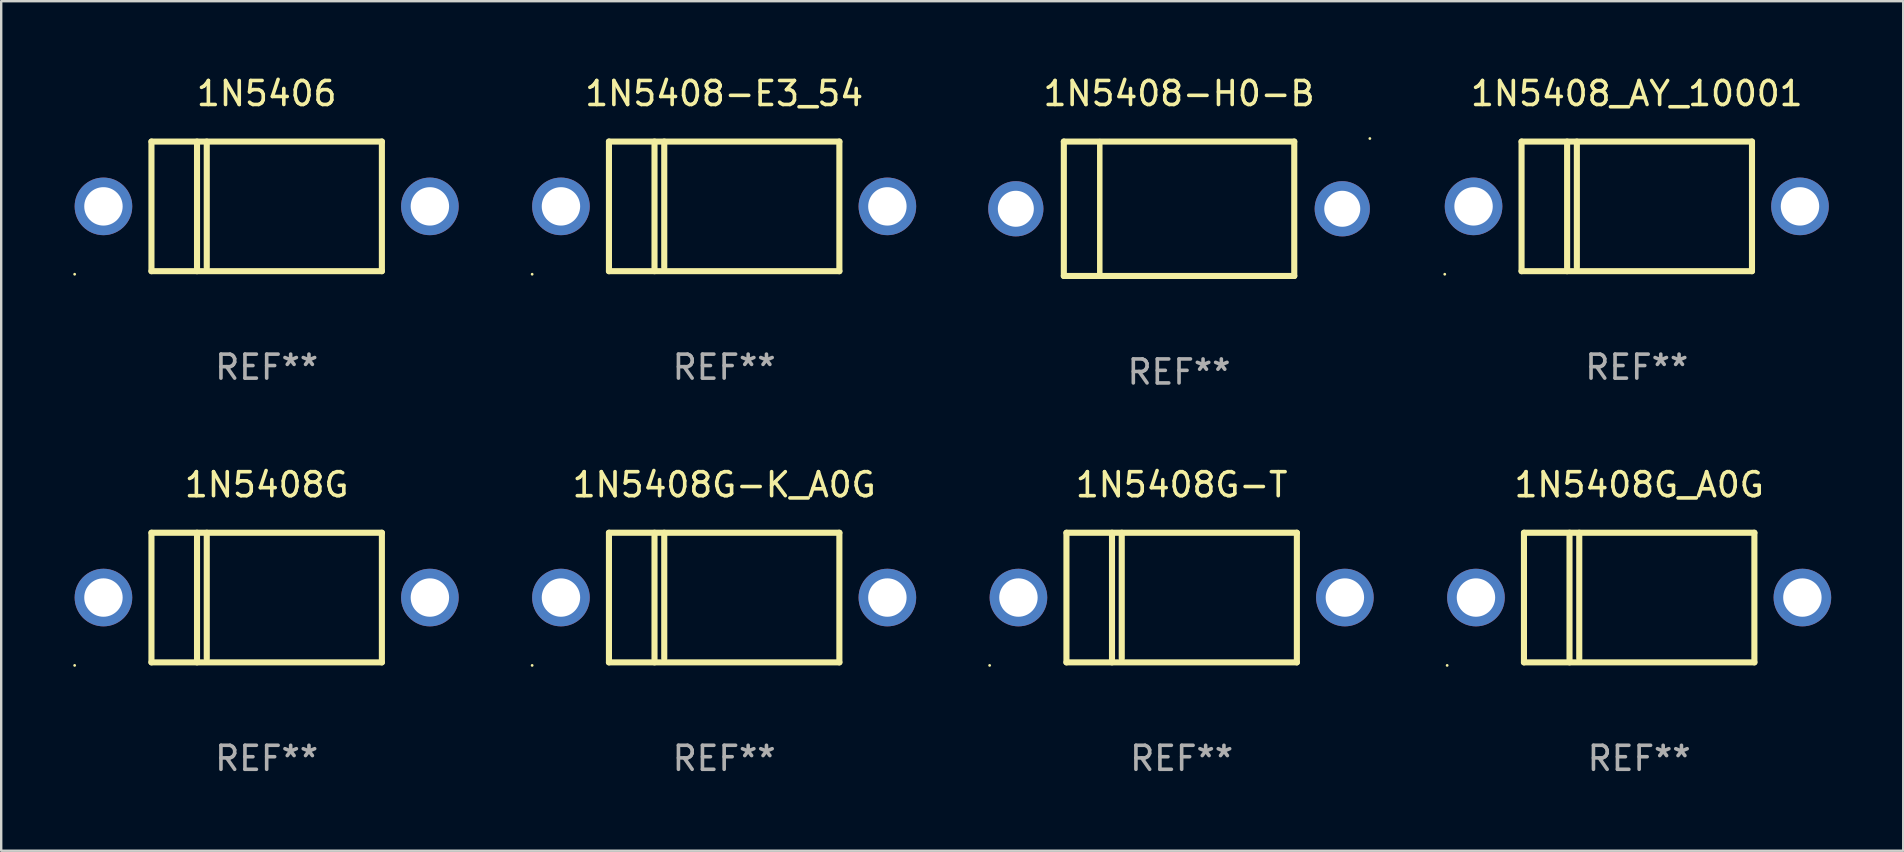
<source format=kicad_pcb>
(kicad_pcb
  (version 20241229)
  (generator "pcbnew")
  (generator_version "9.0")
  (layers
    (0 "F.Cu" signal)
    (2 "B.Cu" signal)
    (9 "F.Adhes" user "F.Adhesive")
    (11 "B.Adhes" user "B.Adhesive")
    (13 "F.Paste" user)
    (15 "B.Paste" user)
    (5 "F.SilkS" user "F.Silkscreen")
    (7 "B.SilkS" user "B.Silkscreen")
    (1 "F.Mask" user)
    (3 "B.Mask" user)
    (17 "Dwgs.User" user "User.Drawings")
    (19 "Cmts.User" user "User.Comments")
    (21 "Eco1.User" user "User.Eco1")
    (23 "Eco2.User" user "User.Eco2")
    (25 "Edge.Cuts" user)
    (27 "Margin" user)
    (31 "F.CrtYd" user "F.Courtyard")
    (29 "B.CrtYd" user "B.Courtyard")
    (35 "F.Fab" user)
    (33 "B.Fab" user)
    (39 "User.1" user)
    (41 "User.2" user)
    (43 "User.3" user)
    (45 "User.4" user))
  (footprint "1N5408G-K_A0G"
    (layer "F.Cu")
    (at 27.12 21.845)
    (property "Reference" "1N5408G-K_A0G" (at 0 -4.7 0) (layer "F.SilkS") (effects (font (size 1 1) (thickness 0.15))))
    (attr through_hole)
    (fp_line (start -4.8 -2.7) (end -4.8 2.7) (stroke (width 0.254) (type solid)) (layer "F.SilkS"))
    (fp_line (start -4.8 -2.7) (end 4.8 -2.7) (stroke (width 0.254) (type solid)) (layer "F.SilkS"))
    (fp_line (start -2.902 -2.7) (end -2.902 2.7) (stroke (width 0.254) (type solid)) (layer "F.SilkS"))
    (fp_line (start -2.496 -2.7) (end -2.496 2.54) (stroke (width 0.254) (type solid)) (layer "F.SilkS"))
    (fp_line (start 4.8 -2.7) (end 4.8 2.7) (stroke (width 0.254) (type solid)) (layer "F.SilkS"))
    (fp_line (start 4.8 2.7) (end -4.8 2.7) (stroke (width 0.254) (type solid)) (layer "F.SilkS"))
    (fp_circle (center -8 2.827) (end -7.97 2.827) (stroke (width 0.06) (type solid)) (fill no) (layer "F.SilkS"))
    (fp_text user "REF**" (at 0 6.7 0) (layer "F.Fab") (effects (font (size 1 1) (thickness 0.15))))
    (pad "1" thru_hole circle (at -6.8 0) (size 2.4 2.4) (drill 1.6) (layers "*.Cu" "*.Mask"))
    (pad "2" thru_hole circle (at 6.8 0) (size 2.4 2.4) (drill 1.6) (layers "*.Cu" "*.Mask")))
  (footprint "1N5408-E3_54"
    (layer "F.Cu")
    (at 27.12 5.548)
    (property "Reference" "1N5408-E3_54" (at 0 -4.7 0) (layer "F.SilkS") (effects (font (size 1 1) (thickness 0.15))))
    (attr through_hole)
    (fp_line (start -4.8 -2.7) (end -4.8 2.7) (stroke (width 0.254) (type solid)) (layer "F.SilkS"))
    (fp_line (start -4.8 -2.7) (end 4.8 -2.7) (stroke (width 0.254) (type solid)) (layer "F.SilkS"))
    (fp_line (start -2.902 -2.7) (end -2.902 2.7) (stroke (width 0.254) (type solid)) (layer "F.SilkS"))
    (fp_line (start -2.496 -2.7) (end -2.496 2.54) (stroke (width 0.254) (type solid)) (layer "F.SilkS"))
    (fp_line (start 4.8 -2.7) (end 4.8 2.7) (stroke (width 0.254) (type solid)) (layer "F.SilkS"))
    (fp_line (start 4.8 2.7) (end -4.8 2.7) (stroke (width 0.254) (type solid)) (layer "F.SilkS"))
    (fp_circle (center -8 2.827) (end -7.97 2.827) (stroke (width 0.06) (type solid)) (fill no) (layer "F.SilkS"))
    (fp_text user "REF**" (at 0 6.7 0) (layer "F.Fab") (effects (font (size 1 1) (thickness 0.15))))
    (pad "1" thru_hole circle (at -6.8 0) (size 2.4 2.4) (drill 1.6) (layers "*.Cu" "*.Mask"))
    (pad "2" thru_hole circle (at 6.8 0) (size 2.4 2.4) (drill 1.6) (layers "*.Cu" "*.Mask")))
  (footprint "1N5408G"
    (layer "F.Cu")
    (at 8.06 21.845)
    (property "Reference" "1N5408G" (at 0 -4.7 0) (layer "F.SilkS") (effects (font (size 1 1) (thickness 0.15))))
    (attr through_hole)
    (fp_line (start -4.8 -2.7) (end -4.8 2.7) (stroke (width 0.254) (type solid)) (layer "F.SilkS"))
    (fp_line (start -4.8 -2.7) (end 4.8 -2.7) (stroke (width 0.254) (type solid)) (layer "F.SilkS"))
    (fp_line (start -2.902 -2.7) (end -2.902 2.7) (stroke (width 0.254) (type solid)) (layer "F.SilkS"))
    (fp_line (start -2.496 -2.7) (end -2.496 2.54) (stroke (width 0.254) (type solid)) (layer "F.SilkS"))
    (fp_line (start 4.8 -2.7) (end 4.8 2.7) (stroke (width 0.254) (type solid)) (layer "F.SilkS"))
    (fp_line (start 4.8 2.7) (end -4.8 2.7) (stroke (width 0.254) (type solid)) (layer "F.SilkS"))
    (fp_circle (center -8 2.827) (end -7.97 2.827) (stroke (width 0.06) (type solid)) (fill no) (layer "F.SilkS"))
    (fp_text user "REF**" (at 0 6.7 0) (layer "F.Fab") (effects (font (size 1 1) (thickness 0.15))))
    (pad "1" thru_hole circle (at -6.8 0) (size 2.4 2.4) (drill 1.6) (layers "*.Cu" "*.Mask"))
    (pad "2" thru_hole circle (at 6.8 0) (size 2.4 2.4) (drill 1.6) (layers "*.Cu" "*.Mask")))
  (footprint "1N5406"
    (layer "F.Cu")
    (at 8.06 5.548)
    (property "Reference" "1N5406" (at 0 -4.7 0) (layer "F.SilkS") (effects (font (size 1 1) (thickness 0.15))))
    (attr through_hole)
    (fp_line (start -4.8 -2.7) (end -4.8 2.7) (stroke (width 0.254) (type solid)) (layer "F.SilkS"))
    (fp_line (start -4.8 -2.7) (end 4.8 -2.7) (stroke (width 0.254) (type solid)) (layer "F.SilkS"))
    (fp_line (start -2.902 -2.7) (end -2.902 2.7) (stroke (width 0.254) (type solid)) (layer "F.SilkS"))
    (fp_line (start -2.496 -2.7) (end -2.496 2.54) (stroke (width 0.254) (type solid)) (layer "F.SilkS"))
    (fp_line (start 4.8 -2.7) (end 4.8 2.7) (stroke (width 0.254) (type solid)) (layer "F.SilkS"))
    (fp_line (start 4.8 2.7) (end -4.8 2.7) (stroke (width 0.254) (type solid)) (layer "F.SilkS"))
    (fp_circle (center -8 2.827) (end -7.97 2.827) (stroke (width 0.06) (type solid)) (fill no) (layer "F.SilkS"))
    (fp_text user "REF**" (at 0 6.7 0) (layer "F.Fab") (effects (font (size 1 1) (thickness 0.15))))
    (pad "1" thru_hole circle (at -6.8 0) (size 2.4 2.4) (drill 1.6) (layers "*.Cu" "*.Mask"))
    (pad "2" thru_hole circle (at 6.8 0) (size 2.4 2.4) (drill 1.6) (layers "*.Cu" "*.Mask")))
  (footprint "1N5408G-T"
    (layer "F.Cu")
    (at 46.18 21.845)
    (property "Reference" "1N5408G-T" (at 0 -4.7 0) (layer "F.SilkS") (effects (font (size 1 1) (thickness 0.15))))
    (attr through_hole)
    (fp_line (start -4.8 -2.7) (end -4.8 2.7) (stroke (width 0.254) (type solid)) (layer "F.SilkS"))
    (fp_line (start -4.8 -2.7) (end 4.8 -2.7) (stroke (width 0.254) (type solid)) (layer "F.SilkS"))
    (fp_line (start -2.902 -2.7) (end -2.902 2.7) (stroke (width 0.254) (type solid)) (layer "F.SilkS"))
    (fp_line (start -2.496 -2.7) (end -2.496 2.54) (stroke (width 0.254) (type solid)) (layer "F.SilkS"))
    (fp_line (start 4.8 -2.7) (end 4.8 2.7) (stroke (width 0.254) (type solid)) (layer "F.SilkS"))
    (fp_line (start 4.8 2.7) (end -4.8 2.7) (stroke (width 0.254) (type solid)) (layer "F.SilkS"))
    (fp_circle (center -8 2.827) (end -7.97 2.827) (stroke (width 0.06) (type solid)) (fill no) (layer "F.SilkS"))
    (fp_text user "REF**" (at 0 6.7 0) (layer "F.Fab") (effects (font (size 1 1) (thickness 0.15))))
    (pad "1" thru_hole circle (at -6.8 0) (size 2.4 2.4) (drill 1.6) (layers "*.Cu" "*.Mask"))
    (pad "2" thru_hole circle (at 6.8 0) (size 2.4 2.4) (drill 1.6) (layers "*.Cu" "*.Mask")))
  (footprint "1N5408G_A0G"
    (layer "F.Cu")
    (at 65.241 21.845)
    (property "Reference" "1N5408G_A0G" (at 0 -4.7 0) (layer "F.SilkS") (effects (font (size 1 1) (thickness 0.15))))
    (attr through_hole)
    (fp_line (start -4.8 -2.7) (end -4.8 2.7) (stroke (width 0.254) (type solid)) (layer "F.SilkS"))
    (fp_line (start -4.8 -2.7) (end 4.8 -2.7) (stroke (width 0.254) (type solid)) (layer "F.SilkS"))
    (fp_line (start -2.902 -2.7) (end -2.902 2.7) (stroke (width 0.254) (type solid)) (layer "F.SilkS"))
    (fp_line (start -2.496 -2.7) (end -2.496 2.54) (stroke (width 0.254) (type solid)) (layer "F.SilkS"))
    (fp_line (start 4.8 -2.7) (end 4.8 2.7) (stroke (width 0.254) (type solid)) (layer "F.SilkS"))
    (fp_line (start 4.8 2.7) (end -4.8 2.7) (stroke (width 0.254) (type solid)) (layer "F.SilkS"))
    (fp_circle (center -8 2.827) (end -7.97 2.827) (stroke (width 0.06) (type solid)) (fill no) (layer "F.SilkS"))
    (fp_text user "REF**" (at 0 6.7 0) (layer "F.Fab") (effects (font (size 1 1) (thickness 0.15))))
    (pad "1" thru_hole circle (at -6.8 0) (size 2.4 2.4) (drill 1.6) (layers "*.Cu" "*.Mask"))
    (pad "2" thru_hole circle (at 6.8 0) (size 2.4 2.4) (drill 1.6) (layers "*.Cu" "*.Mask")))
  (footprint "1N5408-H0-B"
    (layer "F.Cu")
    (at 46.071 5.648)
    (property "Reference" "1N5408-H0-B" (at 0 -4.8 0) (layer "F.SilkS") (effects (font (size 1 1) (thickness 0.15))))
    (attr through_hole)
    (fp_line (start -4.8 -2.8) (end -4.8 2.8) (stroke (width 0.254) (type solid)) (layer "F.SilkS"))
    (fp_line (start -4.8 -2.8) (end 4.8 -2.8) (stroke (width 0.254) (type solid)) (layer "F.SilkS"))
    (fp_line (start -4.8 2.8) (end 4.8 2.8) (stroke (width 0.254) (type solid)) (layer "F.SilkS"))
    (fp_line (start -3.302 2.8) (end -3.302 -2.8) (stroke (width 0.229) (type solid)) (layer "F.SilkS"))
    (fp_line (start 4.8 -2.8) (end 4.8 2.8) (stroke (width 0.254) (type solid)) (layer "F.SilkS"))
    (fp_circle (center 7.95 -2.927) (end 7.98 -2.927) (stroke (width 0.06) (type solid)) (fill no) (layer "F.SilkS"))
    (fp_text user "REF**" (at 0 6.8 0) (layer "F.Fab") (effects (font (size 1 1) (thickness 0.15))))
    (pad "1" thru_hole circle (at 6.8 0) (size 2.3 2.3) (drill 1.5) (layers "*.Cu" "*.Mask"))
    (pad "2" thru_hole circle (at -6.8 0) (size 2.3 2.3) (drill 1.5) (layers "*.Cu" "*.Mask")))
  (footprint "1N5408_AY_10001"
    (layer "F.Cu")
    (at 65.141 5.548)
    (property "Reference" "1N5408_AY_10001" (at 0 -4.7 0) (layer "F.SilkS") (effects (font (size 1 1) (thickness 0.15))))
    (attr through_hole)
    (fp_line (start -4.8 -2.7) (end -4.8 2.7) (stroke (width 0.254) (type solid)) (layer "F.SilkS"))
    (fp_line (start -4.8 -2.7) (end 4.8 -2.7) (stroke (width 0.254) (type solid)) (layer "F.SilkS"))
    (fp_line (start -2.902 -2.7) (end -2.902 2.7) (stroke (width 0.254) (type solid)) (layer "F.SilkS"))
    (fp_line (start -2.496 -2.7) (end -2.496 2.54) (stroke (width 0.254) (type solid)) (layer "F.SilkS"))
    (fp_line (start 4.8 -2.7) (end 4.8 2.7) (stroke (width 0.254) (type solid)) (layer "F.SilkS"))
    (fp_line (start 4.8 2.7) (end -4.8 2.7) (stroke (width 0.254) (type solid)) (layer "F.SilkS"))
    (fp_circle (center -8 2.827) (end -7.97 2.827) (stroke (width 0.06) (type solid)) (fill no) (layer "F.SilkS"))
    (fp_text user "REF**" (at 0 6.7 0) (layer "F.Fab") (effects (font (size 1 1) (thickness 0.15))))
    (pad "1" thru_hole circle (at -6.8 0) (size 2.4 2.4) (drill 1.6) (layers "*.Cu" "*.Mask"))
    (pad "2" thru_hole circle (at 6.8 0) (size 2.4 2.4) (drill 1.6) (layers "*.Cu" "*.Mask")))
  (gr_rect
    (start -3 -3)
    (end 76.241 32.393)
    (stroke (width 0.1) (type default))
    (fill no)
    (layer "Edge.Cuts")))
</source>
